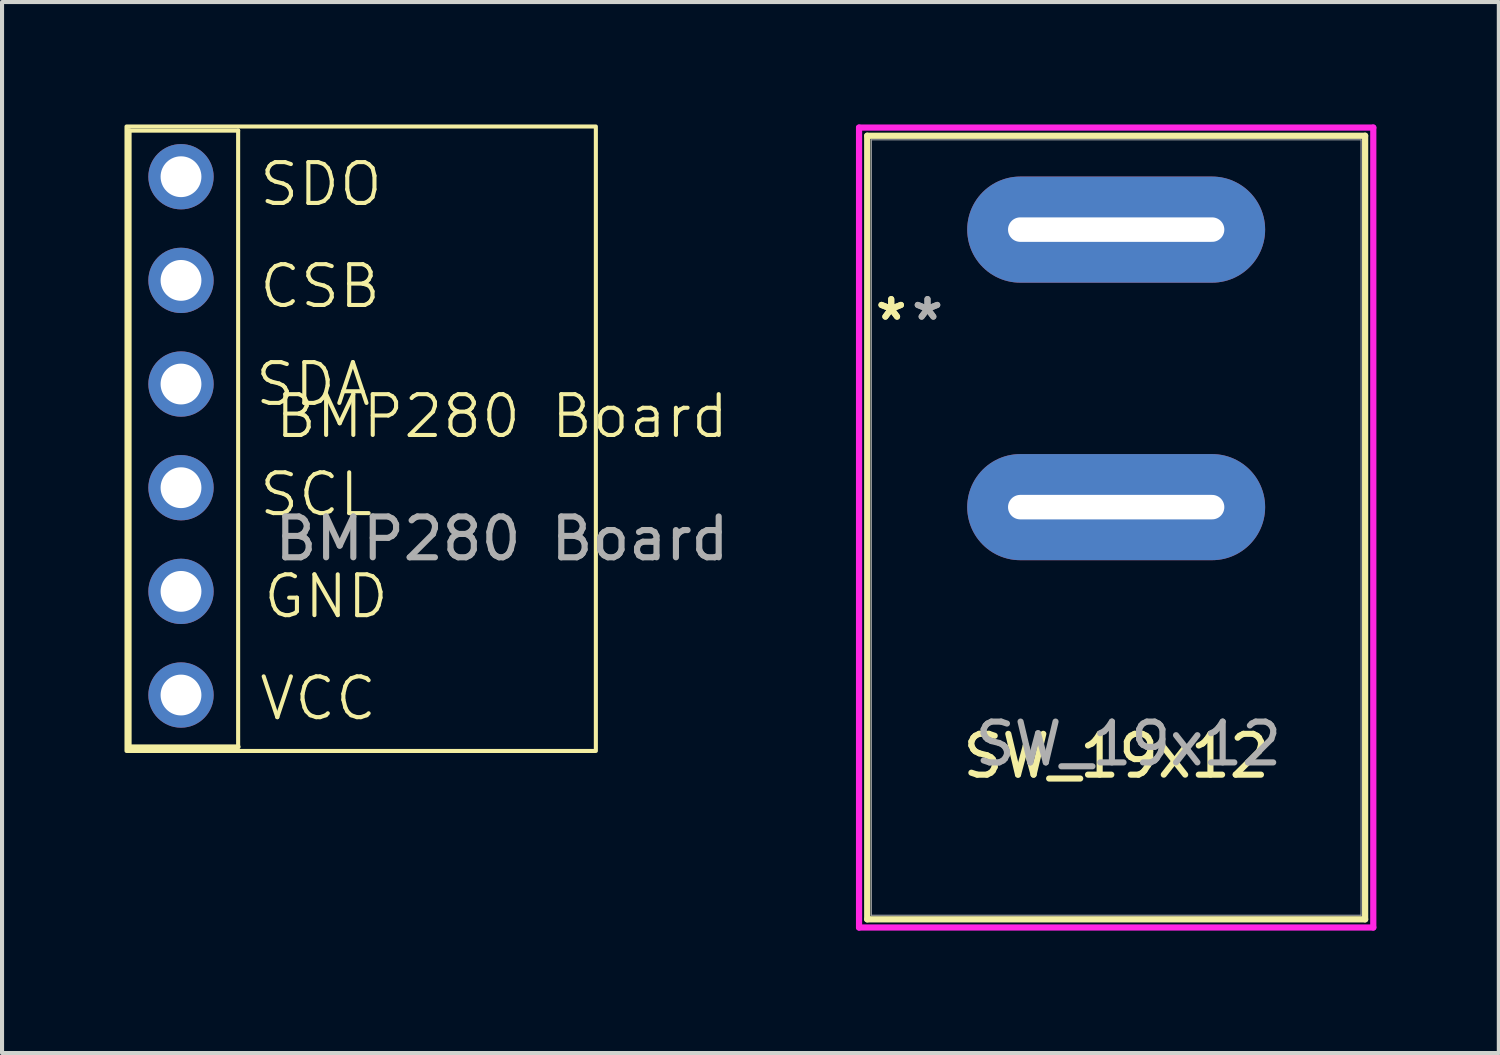
<source format=kicad_pcb>
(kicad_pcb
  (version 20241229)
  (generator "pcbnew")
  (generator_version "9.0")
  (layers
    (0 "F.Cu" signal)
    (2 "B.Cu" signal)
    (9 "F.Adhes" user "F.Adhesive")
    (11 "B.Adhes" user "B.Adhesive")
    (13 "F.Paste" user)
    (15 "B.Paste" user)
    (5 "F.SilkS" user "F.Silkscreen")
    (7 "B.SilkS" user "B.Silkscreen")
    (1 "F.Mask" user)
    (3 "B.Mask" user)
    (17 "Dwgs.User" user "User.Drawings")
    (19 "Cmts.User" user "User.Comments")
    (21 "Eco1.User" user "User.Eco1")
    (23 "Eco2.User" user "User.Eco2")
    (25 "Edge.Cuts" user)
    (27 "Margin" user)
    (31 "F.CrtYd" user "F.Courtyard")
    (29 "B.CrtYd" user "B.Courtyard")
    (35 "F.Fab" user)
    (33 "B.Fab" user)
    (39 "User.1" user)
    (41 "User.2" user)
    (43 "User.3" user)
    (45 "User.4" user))
  (footprint "SW_19x12"
    (layer "F.Cu")
    (at 24.299 2.576)
    (property "Reference" "SW_19x12" (at 0 12.9 0) (unlocked yes) (layer "F.SilkS") (effects (font (size 1 1) (thickness 0.15))))
    (attr smd)
    (fp_line (start -6.1 -2.3) (end -6.1 16.9) (stroke (width 0.152) (type solid)) (layer "F.SilkS"))
    (fp_line (start -6.1 16.9) (end 6.1 16.9) (stroke (width 0.152) (type solid)) (layer "F.SilkS"))
    (fp_line (start 6.1 -2.3) (end -6.1 -2.3) (stroke (width 0.152) (type solid)) (layer "F.SilkS"))
    (fp_line (start 6.1 16.9) (end 6.1 -2.3) (stroke (width 0.152) (type solid)) (layer "F.SilkS"))
    (fp_line (start -6.3 -2.5) (end -6.3 17.1) (stroke (width 0.152) (type solid)) (layer "F.CrtYd"))
    (fp_line (start -6.3 17.1) (end 6.3 17.1) (stroke (width 0.152) (type solid)) (layer "F.CrtYd"))
    (fp_line (start 6.3 -2.5) (end -6.3 -2.5) (stroke (width 0.152) (type solid)) (layer "F.CrtYd"))
    (fp_line (start 6.3 17.1) (end 6.3 -2.5) (stroke (width 0.152) (type solid)) (layer "F.CrtYd"))
    (fp_line (start -6 -2.2) (end -6 16.8) (stroke (width 0.025) (type solid)) (layer "F.Fab"))
    (fp_line (start -6 16.8) (end 6 16.8) (stroke (width 0.025) (type solid)) (layer "F.Fab"))
    (fp_line (start 6 -2.2) (end -6 -2.2) (stroke (width 0.025) (type solid)) (layer "F.Fab"))
    (fp_line (start 6 16.8) (end 6 -2.2) (stroke (width 0.025) (type solid)) (layer "F.Fab"))
    (fp_text user "*" (at -5.512 2.248 0) (unlocked yes) (layer "F.SilkS") (effects (font (size 1 1) (thickness 0.15))))
    (fp_text user "*" (at -5.512 2.248 0) (layer "F.SilkS") (effects (font (size 1 1) (thickness 0.15))))
    (fp_text user "${REFERENCE}" (at 0.3 12.6 0) (unlocked yes) (layer "F.Fab") (effects (font (size 1 1) (thickness 0.15))))
    (fp_text user "*" (at -4.623 2.248 0) (unlocked yes) (layer "F.Fab") (effects (font (size 1 1) (thickness 0.15))))
    (fp_text user "*" (at -4.623 2.248 0) (layer "F.Fab") (effects (font (size 1 1) (thickness 0.15))))
    (pad "1" thru_hole oval (at 0 0) (size 7.3 2.6) (drill oval 5.3 0.6) (layers "*.Cu" "*.Mask"))
    (pad "2" thru_hole oval (at 0 6.8) (size 7.3 2.6) (drill oval 5.3 0.6) (layers "*.Cu" "*.Mask")))
  (footprint "BMP280 Board"
    (layer "F.Cu")
    (at 9.25 7.65)
    (property "Reference" "BMP280 Board" (at 0 -0.5 0) (unlocked yes) (layer "F.SilkS") (effects (font (size 1 1) (thickness 0.1))))
    (attr through_hole)
    (fp_line (start -9.135 -7.5) (end -9.135 7.6) (stroke (width 0.12) (type solid)) (layer "F.SilkS"))
    (fp_line (start -9.135 -7.5) (end -6.465 -7.5) (stroke (width 0.1) (type default)) (layer "F.SilkS"))
    (fp_line (start -9.135 7.6) (end -6.465 7.6) (stroke (width 0.12) (type solid)) (layer "F.SilkS"))
    (fp_line (start -6.465 -7.5) (end -6.465 7.6) (stroke (width 0.1) (type default)) (layer "F.SilkS"))
    (fp_rect (start -9.2 -7.6) (end 2.3 7.7) (stroke (width 0.1) (type default)) (fill no) (layer "F.SilkS"))
    (fp_text user "SDA" (at -6.1 -0.7 0) (unlocked yes) (layer "F.SilkS") (effects (font (size 1 1) (thickness 0.1)) (justify left bottom)))
    (fp_text user "VCC" (at -6 7 0) (unlocked yes) (layer "F.SilkS") (effects (font (size 1 1) (thickness 0.1)) (justify left bottom)))
    (fp_text user "GND" (at -5.9 4.5 0) (unlocked yes) (layer "F.SilkS") (effects (font (size 1 1) (thickness 0.1)) (justify left bottom)))
    (fp_text user "SDO" (at -6 -5.6 0) (unlocked yes) (layer "F.SilkS") (effects (font (size 1 1) (thickness 0.1)) (justify left bottom)))
    (fp_text user "SCL" (at -6 2 0) (unlocked yes) (layer "F.SilkS") (effects (font (size 1 1) (thickness 0.1)) (justify left bottom)))
    (fp_text user "CSB" (at -6 -3.1 0) (unlocked yes) (layer "F.SilkS") (effects (font (size 1 1) (thickness 0.1)) (justify left bottom)))
    (fp_text user "${REFERENCE}" (at 0 2.5 0) (unlocked yes) (layer "F.Fab") (effects (font (size 1 1) (thickness 0.15))))
    (pad "1" thru_hole oval (at -7.865 6.33) (size 1.6 1.6) (drill 1) (layers "*.Cu" "*.Mask"))
    (pad "2" thru_hole oval (at -7.865 3.79) (size 1.6 1.6) (drill 1) (layers "*.Cu" "*.Mask"))
    (pad "3" thru_hole oval (at -7.865 1.25) (size 1.6 1.6) (drill 1) (layers "*.Cu" "*.Mask"))
    (pad "4" thru_hole oval (at -7.865 -1.29) (size 1.6 1.6) (drill 1) (layers "*.Cu" "*.Mask"))
    (pad "5" thru_hole oval (at -7.865 -3.83) (size 1.6 1.6) (drill 1) (layers "*.Cu" "*.Mask"))
    (pad "6" thru_hole oval (at -7.865 -6.37) (size 1.6 1.6) (drill 1) (layers "*.Cu" "*.Mask")))
  (gr_rect
    (start -3 -3)
    (end 33.675 22.752)
    (stroke (width 0.1) (type default))
    (fill no)
    (layer "Edge.Cuts")))
</source>
